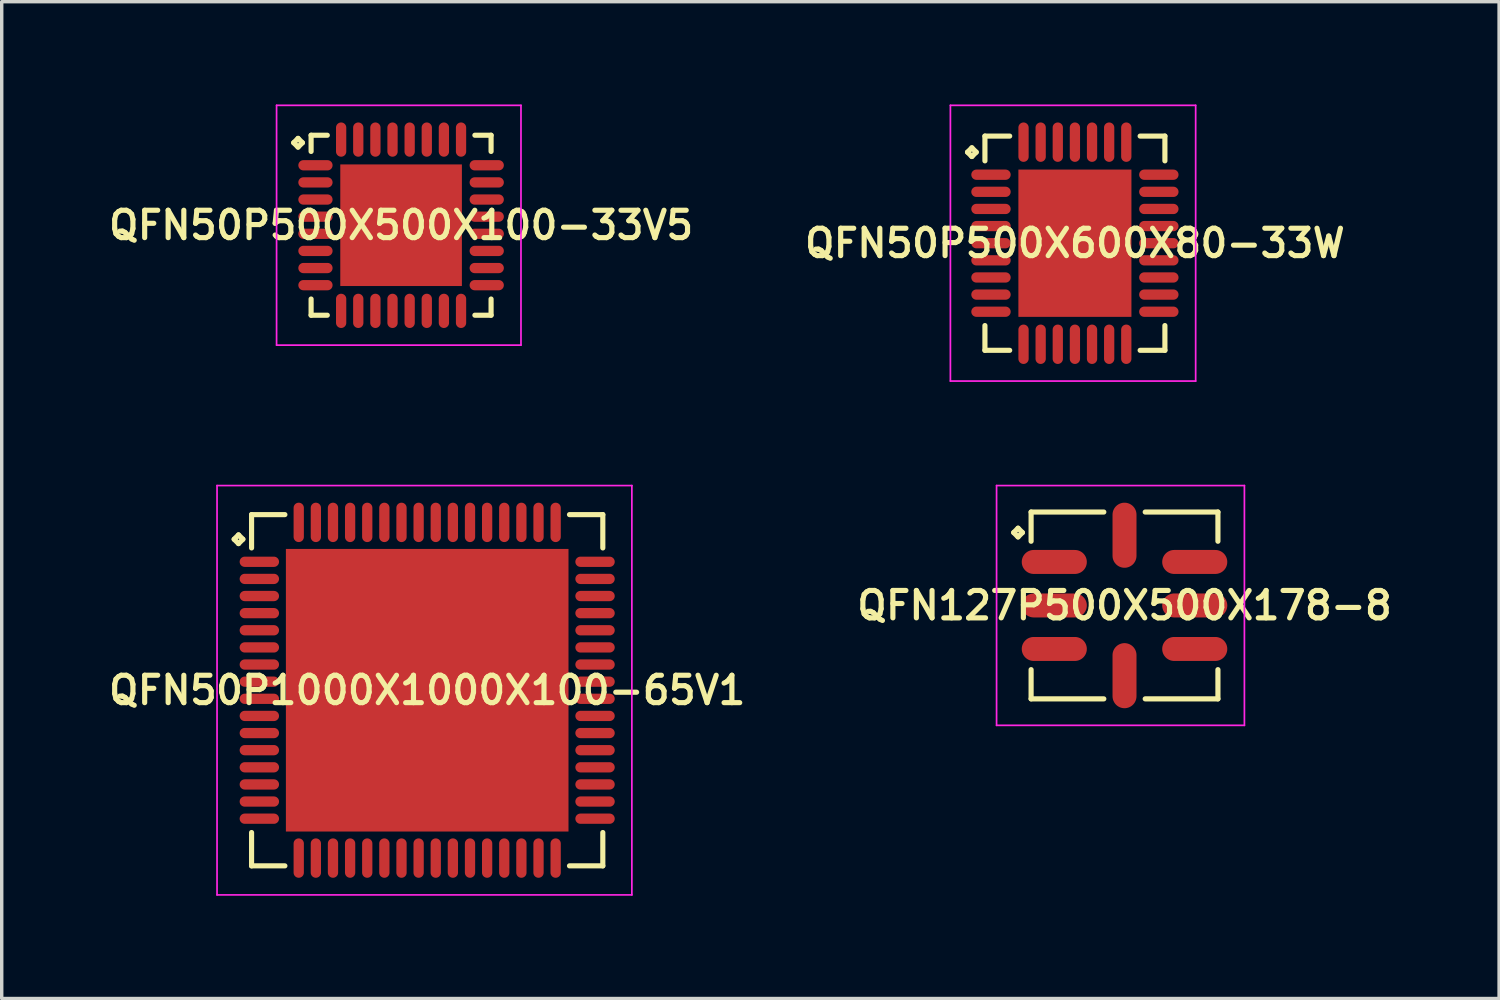
<source format=kicad_pcb>
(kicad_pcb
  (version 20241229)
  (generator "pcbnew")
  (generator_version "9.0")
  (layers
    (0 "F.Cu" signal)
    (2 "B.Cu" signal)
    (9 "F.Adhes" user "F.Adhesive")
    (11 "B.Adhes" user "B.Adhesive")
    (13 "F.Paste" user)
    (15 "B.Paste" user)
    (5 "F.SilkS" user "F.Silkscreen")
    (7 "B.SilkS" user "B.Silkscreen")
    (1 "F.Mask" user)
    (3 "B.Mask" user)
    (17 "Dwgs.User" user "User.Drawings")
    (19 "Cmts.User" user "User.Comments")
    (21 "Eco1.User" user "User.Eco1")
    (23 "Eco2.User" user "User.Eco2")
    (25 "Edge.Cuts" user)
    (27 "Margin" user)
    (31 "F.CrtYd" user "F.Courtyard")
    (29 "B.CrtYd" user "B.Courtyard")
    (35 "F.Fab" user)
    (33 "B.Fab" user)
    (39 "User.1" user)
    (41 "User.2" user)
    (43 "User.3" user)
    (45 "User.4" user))
  (footprint "QFN50P500X600X80-33W"
    (layer "F.Cu")
    (at 28.33 4.05)
    (property "Reference" "QFN50P500X600X80-33W" (at 0 0 0) (layer "F.SilkS") (effects (font (size 0.8 0.8) (thickness 0.15))))
    (attr smd)
    (fp_line (start -3.135 -2.658) (end -3.008 -2.785) (stroke (width 0.15) (type solid)) (layer "F.SilkS"))
    (fp_line (start -3.008 -2.785) (end -2.881 -2.658) (stroke (width 0.15) (type solid)) (layer "F.SilkS"))
    (fp_line (start -3.008 -2.531) (end -3.135 -2.658) (stroke (width 0.15) (type solid)) (layer "F.SilkS"))
    (fp_line (start -2.881 -2.658) (end -3.008 -2.531) (stroke (width 0.15) (type solid)) (layer "F.SilkS"))
    (fp_line (start -2.627 -3.127) (end -1.904 -3.127) (stroke (width 0.15) (type solid)) (layer "F.SilkS"))
    (fp_line (start -2.627 -2.404) (end -2.627 -3.127) (stroke (width 0.15) (type solid)) (layer "F.SilkS"))
    (fp_line (start -2.627 2.404) (end -2.627 3.127) (stroke (width 0.15) (type solid)) (layer "F.SilkS"))
    (fp_line (start -2.627 3.127) (end -1.904 3.127) (stroke (width 0.15) (type solid)) (layer "F.SilkS"))
    (fp_line (start 1.904 -3.127) (end 2.627 -3.127) (stroke (width 0.15) (type solid)) (layer "F.SilkS"))
    (fp_line (start 1.904 3.127) (end 2.627 3.127) (stroke (width 0.15) (type solid)) (layer "F.SilkS"))
    (fp_line (start 2.627 -3.127) (end 2.627 -2.404) (stroke (width 0.15) (type solid)) (layer "F.SilkS"))
    (fp_line (start 2.627 3.127) (end 2.627 2.404) (stroke (width 0.15) (type solid)) (layer "F.SilkS"))
    (fp_line (start -3.635 -4.025) (end 3.525 -4.025) (stroke (width 0.05) (type solid)) (layer "F.CrtYd"))
    (fp_line (start -3.635 4.025) (end -3.635 -4.025) (stroke (width 0.05) (type solid)) (layer "F.CrtYd"))
    (fp_line (start 3.525 -4.025) (end 3.525 4.025) (stroke (width 0.05) (type solid)) (layer "F.CrtYd"))
    (fp_line (start 3.525 4.025) (end -3.635 4.025) (stroke (width 0.05) (type solid)) (layer "F.CrtYd"))
    (pad "1" smd oval (at -2.45 -2) (size 1.15 0.3) (layers "F.Cu" "F.Mask" "F.Paste"))
    (pad "2" smd oval (at -2.45 -1.5) (size 1.15 0.3) (layers "F.Cu" "F.Mask" "F.Paste"))
    (pad "3" smd oval (at -2.45 -1) (size 1.15 0.3) (layers "F.Cu" "F.Mask" "F.Paste"))
    (pad "4" smd oval (at -2.45 -0.5) (size 1.15 0.3) (layers "F.Cu" "F.Mask" "F.Paste"))
    (pad "5" smd oval (at -2.45 0) (size 1.15 0.3) (layers "F.Cu" "F.Mask" "F.Paste"))
    (pad "6" smd oval (at -2.45 0.5) (size 1.15 0.3) (layers "F.Cu" "F.Mask" "F.Paste"))
    (pad "7" smd oval (at -2.45 1) (size 1.15 0.3) (layers "F.Cu" "F.Mask" "F.Paste"))
    (pad "8" smd oval (at -2.45 1.5) (size 1.15 0.3) (layers "F.Cu" "F.Mask" "F.Paste"))
    (pad "9" smd oval (at -2.45 2) (size 1.15 0.3) (layers "F.Cu" "F.Mask" "F.Paste"))
    (pad "10" smd oval (at -1.5 2.95) (size 0.3 1.15) (layers "F.Cu" "F.Mask" "F.Paste"))
    (pad "11" smd oval (at -1 2.95) (size 0.3 1.15) (layers "F.Cu" "F.Mask" "F.Paste"))
    (pad "12" smd oval (at -0.5 2.95) (size 0.3 1.15) (layers "F.Cu" "F.Mask" "F.Paste"))
    (pad "13" smd oval (at 0 2.95) (size 0.3 1.15) (layers "F.Cu" "F.Mask" "F.Paste"))
    (pad "14" smd oval (at 0.5 2.95) (size 0.3 1.15) (layers "F.Cu" "F.Mask" "F.Paste"))
    (pad "15" smd oval (at 1 2.95) (size 0.3 1.15) (layers "F.Cu" "F.Mask" "F.Paste"))
    (pad "16" smd oval (at 1.5 2.95) (size 0.3 1.15) (layers "F.Cu" "F.Mask" "F.Paste"))
    (pad "17" smd oval (at 2.45 2) (size 1.15 0.3) (layers "F.Cu" "F.Mask" "F.Paste"))
    (pad "18" smd oval (at 2.45 1.5) (size 1.15 0.3) (layers "F.Cu" "F.Mask" "F.Paste"))
    (pad "19" smd oval (at 2.45 1) (size 1.15 0.3) (layers "F.Cu" "F.Mask" "F.Paste"))
    (pad "20" smd oval (at 2.45 0.5) (size 1.15 0.3) (layers "F.Cu" "F.Mask" "F.Paste"))
    (pad "21" smd oval (at 2.45 0) (size 1.15 0.3) (layers "F.Cu" "F.Mask" "F.Paste"))
    (pad "22" smd oval (at 2.45 -0.5) (size 1.15 0.3) (layers "F.Cu" "F.Mask" "F.Paste"))
    (pad "23" smd oval (at 2.45 -1) (size 1.15 0.3) (layers "F.Cu" "F.Mask" "F.Paste"))
    (pad "24" smd oval (at 2.45 -1.5) (size 1.15 0.3) (layers "F.Cu" "F.Mask" "F.Paste"))
    (pad "25" smd oval (at 2.45 -2) (size 1.15 0.3) (layers "F.Cu" "F.Mask" "F.Paste"))
    (pad "26" smd oval (at 1.5 -2.95) (size 0.3 1.15) (layers "F.Cu" "F.Mask" "F.Paste"))
    (pad "27" smd oval (at 1 -2.95) (size 0.3 1.15) (layers "F.Cu" "F.Mask" "F.Paste"))
    (pad "28" smd oval (at 0.5 -2.95) (size 0.3 1.15) (layers "F.Cu" "F.Mask" "F.Paste"))
    (pad "29" smd oval (at 0 -2.95) (size 0.3 1.15) (layers "F.Cu" "F.Mask" "F.Paste"))
    (pad "30" smd oval (at -0.5 -2.95) (size 0.3 1.15) (layers "F.Cu" "F.Mask" "F.Paste"))
    (pad "31" smd oval (at -1 -2.95) (size 0.3 1.15) (layers "F.Cu" "F.Mask" "F.Paste"))
    (pad "32" smd oval (at -1.5 -2.95) (size 0.3 1.15) (layers "F.Cu" "F.Mask" "F.Paste"))
    (pad "33" smd rect (at 0 0) (size 3.3 4.3) (layers "F.Cu" "F.Mask" "F.Paste")))
  (footprint "QFN50P500X500X100-33V5"
    (layer "F.Cu")
    (at 8.659 3.525)
    (property "Reference" "QFN50P500X500X100-33V5" (at 0 0 0) (layer "F.SilkS") (effects (font (size 0.8 0.8) (thickness 0.15))))
    (attr smd)
    (fp_line (start -3.135 -2.408) (end -3.008 -2.535) (stroke (width 0.15) (type solid)) (layer "F.SilkS"))
    (fp_line (start -3.008 -2.535) (end -2.881 -2.408) (stroke (width 0.15) (type solid)) (layer "F.SilkS"))
    (fp_line (start -3.008 -2.281) (end -3.135 -2.408) (stroke (width 0.15) (type solid)) (layer "F.SilkS"))
    (fp_line (start -2.881 -2.408) (end -3.008 -2.281) (stroke (width 0.15) (type solid)) (layer "F.SilkS"))
    (fp_line (start -2.627 -2.627) (end -2.154 -2.627) (stroke (width 0.15) (type solid)) (layer "F.SilkS"))
    (fp_line (start -2.627 -2.154) (end -2.627 -2.627) (stroke (width 0.15) (type solid)) (layer "F.SilkS"))
    (fp_line (start -2.627 2.154) (end -2.627 2.627) (stroke (width 0.15) (type solid)) (layer "F.SilkS"))
    (fp_line (start -2.627 2.627) (end -2.154 2.627) (stroke (width 0.15) (type solid)) (layer "F.SilkS"))
    (fp_line (start 2.154 -2.627) (end 2.627 -2.627) (stroke (width 0.15) (type solid)) (layer "F.SilkS"))
    (fp_line (start 2.154 2.627) (end 2.627 2.627) (stroke (width 0.15) (type solid)) (layer "F.SilkS"))
    (fp_line (start 2.627 -2.627) (end 2.627 -2.154) (stroke (width 0.15) (type solid)) (layer "F.SilkS"))
    (fp_line (start 2.627 2.627) (end 2.627 2.154) (stroke (width 0.15) (type solid)) (layer "F.SilkS"))
    (fp_line (start -3.635 -3.5) (end 3.5 -3.5) (stroke (width 0.05) (type solid)) (layer "F.CrtYd"))
    (fp_line (start -3.635 3.5) (end -3.635 -3.5) (stroke (width 0.05) (type solid)) (layer "F.CrtYd"))
    (fp_line (start 3.5 -3.5) (end 3.5 3.5) (stroke (width 0.05) (type solid)) (layer "F.CrtYd"))
    (fp_line (start 3.5 3.5) (end -3.635 3.5) (stroke (width 0.05) (type solid)) (layer "F.CrtYd"))
    (pad "1" smd oval (at -2.5 -1.75) (size 1 0.3) (layers "F.Cu" "F.Mask" "F.Paste"))
    (pad "2" smd oval (at -2.5 -1.25) (size 1 0.3) (layers "F.Cu" "F.Mask" "F.Paste"))
    (pad "3" smd oval (at -2.5 -0.75) (size 1 0.3) (layers "F.Cu" "F.Mask" "F.Paste"))
    (pad "4" smd oval (at -2.5 -0.25) (size 1 0.3) (layers "F.Cu" "F.Mask" "F.Paste"))
    (pad "5" smd oval (at -2.5 0.25) (size 1 0.3) (layers "F.Cu" "F.Mask" "F.Paste"))
    (pad "6" smd oval (at -2.5 0.75) (size 1 0.3) (layers "F.Cu" "F.Mask" "F.Paste"))
    (pad "7" smd oval (at -2.5 1.25) (size 1 0.3) (layers "F.Cu" "F.Mask" "F.Paste"))
    (pad "8" smd oval (at -2.5 1.75) (size 1 0.3) (layers "F.Cu" "F.Mask" "F.Paste"))
    (pad "9" smd oval (at -1.75 2.5) (size 0.3 1) (layers "F.Cu" "F.Mask" "F.Paste"))
    (pad "10" smd oval (at -1.25 2.5) (size 0.3 1) (layers "F.Cu" "F.Mask" "F.Paste"))
    (pad "11" smd oval (at -0.75 2.5) (size 0.3 1) (layers "F.Cu" "F.Mask" "F.Paste"))
    (pad "12" smd oval (at -0.25 2.5) (size 0.3 1) (layers "F.Cu" "F.Mask" "F.Paste"))
    (pad "13" smd oval (at 0.25 2.5) (size 0.3 1) (layers "F.Cu" "F.Mask" "F.Paste"))
    (pad "14" smd oval (at 0.75 2.5) (size 0.3 1) (layers "F.Cu" "F.Mask" "F.Paste"))
    (pad "15" smd oval (at 1.25 2.5) (size 0.3 1) (layers "F.Cu" "F.Mask" "F.Paste"))
    (pad "16" smd oval (at 1.75 2.5) (size 0.3 1) (layers "F.Cu" "F.Mask" "F.Paste"))
    (pad "17" smd oval (at 2.5 1.75) (size 1 0.3) (layers "F.Cu" "F.Mask" "F.Paste"))
    (pad "18" smd oval (at 2.5 1.25) (size 1 0.3) (layers "F.Cu" "F.Mask" "F.Paste"))
    (pad "19" smd oval (at 2.5 0.75) (size 1 0.3) (layers "F.Cu" "F.Mask" "F.Paste"))
    (pad "20" smd oval (at 2.5 0.25) (size 1 0.3) (layers "F.Cu" "F.Mask" "F.Paste"))
    (pad "21" smd oval (at 2.5 -0.25) (size 1 0.3) (layers "F.Cu" "F.Mask" "F.Paste"))
    (pad "22" smd oval (at 2.5 -0.75) (size 1 0.3) (layers "F.Cu" "F.Mask" "F.Paste"))
    (pad "23" smd oval (at 2.5 -1.25) (size 1 0.3) (layers "F.Cu" "F.Mask" "F.Paste"))
    (pad "24" smd oval (at 2.5 -1.75) (size 1 0.3) (layers "F.Cu" "F.Mask" "F.Paste"))
    (pad "25" smd oval (at 1.75 -2.5) (size 0.3 1) (layers "F.Cu" "F.Mask" "F.Paste"))
    (pad "26" smd oval (at 1.25 -2.5) (size 0.3 1) (layers "F.Cu" "F.Mask" "F.Paste"))
    (pad "27" smd oval (at 0.75 -2.5) (size 0.3 1) (layers "F.Cu" "F.Mask" "F.Paste"))
    (pad "28" smd oval (at 0.25 -2.5) (size 0.3 1) (layers "F.Cu" "F.Mask" "F.Paste"))
    (pad "29" smd oval (at -0.25 -2.5) (size 0.3 1) (layers "F.Cu" "F.Mask" "F.Paste"))
    (pad "30" smd oval (at -0.75 -2.5) (size 0.3 1) (layers "F.Cu" "F.Mask" "F.Paste"))
    (pad "31" smd oval (at -1.25 -2.5) (size 0.3 1) (layers "F.Cu" "F.Mask" "F.Paste"))
    (pad "32" smd oval (at -1.75 -2.5) (size 0.3 1) (layers "F.Cu" "F.Mask" "F.Paste"))
    (pad "33" smd rect (at 0 0) (size 3.55 3.55) (layers "F.Cu" "F.Mask" "F.Paste")))
  (footprint "QFN50P1000X1000X100-65V1"
    (layer "F.Cu")
    (at 9.421 17.1)
    (property "Reference" "QFN50P1000X1000X100-65V1" (at 0 0 0) (layer "F.SilkS") (effects (font (size 0.8 0.8) (thickness 0.15))))
    (attr smd)
    (fp_line (start -5.635 -4.408) (end -5.508 -4.535) (stroke (width 0.15) (type solid)) (layer "F.SilkS"))
    (fp_line (start -5.508 -4.535) (end -5.381 -4.408) (stroke (width 0.15) (type solid)) (layer "F.SilkS"))
    (fp_line (start -5.508 -4.281) (end -5.635 -4.408) (stroke (width 0.15) (type solid)) (layer "F.SilkS"))
    (fp_line (start -5.381 -4.408) (end -5.508 -4.281) (stroke (width 0.15) (type solid)) (layer "F.SilkS"))
    (fp_line (start -5.127 -5.127) (end -4.154 -5.127) (stroke (width 0.15) (type solid)) (layer "F.SilkS"))
    (fp_line (start -5.127 -4.154) (end -5.127 -5.127) (stroke (width 0.15) (type solid)) (layer "F.SilkS"))
    (fp_line (start -5.127 4.154) (end -5.127 5.127) (stroke (width 0.15) (type solid)) (layer "F.SilkS"))
    (fp_line (start -5.127 5.127) (end -4.154 5.127) (stroke (width 0.15) (type solid)) (layer "F.SilkS"))
    (fp_line (start 4.154 -5.127) (end 5.127 -5.127) (stroke (width 0.15) (type solid)) (layer "F.SilkS"))
    (fp_line (start 4.154 5.127) (end 5.127 5.127) (stroke (width 0.15) (type solid)) (layer "F.SilkS"))
    (fp_line (start 5.127 -5.127) (end 5.127 -4.154) (stroke (width 0.15) (type solid)) (layer "F.SilkS"))
    (fp_line (start 5.127 5.127) (end 5.127 4.154) (stroke (width 0.15) (type solid)) (layer "F.SilkS"))
    (fp_line (start -6.135 -5.975) (end 5.975 -5.975) (stroke (width 0.05) (type solid)) (layer "F.CrtYd"))
    (fp_line (start -6.135 5.975) (end -6.135 -5.975) (stroke (width 0.05) (type solid)) (layer "F.CrtYd"))
    (fp_line (start 5.975 -5.975) (end 5.975 5.975) (stroke (width 0.05) (type solid)) (layer "F.CrtYd"))
    (fp_line (start 5.975 5.975) (end -6.135 5.975) (stroke (width 0.05) (type solid)) (layer "F.CrtYd"))
    (pad "1" smd oval (at -4.9 -3.75) (size 1.15 0.3) (layers "F.Cu" "F.Mask" "F.Paste"))
    (pad "2" smd oval (at -4.9 -3.25) (size 1.15 0.3) (layers "F.Cu" "F.Mask" "F.Paste"))
    (pad "3" smd oval (at -4.9 -2.75) (size 1.15 0.3) (layers "F.Cu" "F.Mask" "F.Paste"))
    (pad "4" smd oval (at -4.9 -2.25) (size 1.15 0.3) (layers "F.Cu" "F.Mask" "F.Paste"))
    (pad "5" smd oval (at -4.9 -1.75) (size 1.15 0.3) (layers "F.Cu" "F.Mask" "F.Paste"))
    (pad "6" smd oval (at -4.9 -1.25) (size 1.15 0.3) (layers "F.Cu" "F.Mask" "F.Paste"))
    (pad "7" smd oval (at -4.9 -0.75) (size 1.15 0.3) (layers "F.Cu" "F.Mask" "F.Paste"))
    (pad "8" smd oval (at -4.9 -0.25) (size 1.15 0.3) (layers "F.Cu" "F.Mask" "F.Paste"))
    (pad "9" smd oval (at -4.9 0.25) (size 1.15 0.3) (layers "F.Cu" "F.Mask" "F.Paste"))
    (pad "10" smd oval (at -4.9 0.75) (size 1.15 0.3) (layers "F.Cu" "F.Mask" "F.Paste"))
    (pad "11" smd oval (at -4.9 1.25) (size 1.15 0.3) (layers "F.Cu" "F.Mask" "F.Paste"))
    (pad "12" smd oval (at -4.9 1.75) (size 1.15 0.3) (layers "F.Cu" "F.Mask" "F.Paste"))
    (pad "13" smd oval (at -4.9 2.25) (size 1.15 0.3) (layers "F.Cu" "F.Mask" "F.Paste"))
    (pad "14" smd oval (at -4.9 2.75) (size 1.15 0.3) (layers "F.Cu" "F.Mask" "F.Paste"))
    (pad "15" smd oval (at -4.9 3.25) (size 1.15 0.3) (layers "F.Cu" "F.Mask" "F.Paste"))
    (pad "16" smd oval (at -4.9 3.75) (size 1.15 0.3) (layers "F.Cu" "F.Mask" "F.Paste"))
    (pad "17" smd oval (at -3.75 4.9) (size 0.3 1.15) (layers "F.Cu" "F.Mask" "F.Paste"))
    (pad "18" smd oval (at -3.25 4.9) (size 0.3 1.15) (layers "F.Cu" "F.Mask" "F.Paste"))
    (pad "19" smd oval (at -2.75 4.9) (size 0.3 1.15) (layers "F.Cu" "F.Mask" "F.Paste"))
    (pad "20" smd oval (at -2.25 4.9) (size 0.3 1.15) (layers "F.Cu" "F.Mask" "F.Paste"))
    (pad "21" smd oval (at -1.75 4.9) (size 0.3 1.15) (layers "F.Cu" "F.Mask" "F.Paste"))
    (pad "22" smd oval (at -1.25 4.9) (size 0.3 1.15) (layers "F.Cu" "F.Mask" "F.Paste"))
    (pad "23" smd oval (at -0.75 4.9) (size 0.3 1.15) (layers "F.Cu" "F.Mask" "F.Paste"))
    (pad "24" smd oval (at -0.25 4.9) (size 0.3 1.15) (layers "F.Cu" "F.Mask" "F.Paste"))
    (pad "25" smd oval (at 0.25 4.9) (size 0.3 1.15) (layers "F.Cu" "F.Mask" "F.Paste"))
    (pad "26" smd oval (at 0.75 4.9) (size 0.3 1.15) (layers "F.Cu" "F.Mask" "F.Paste"))
    (pad "27" smd oval (at 1.25 4.9) (size 0.3 1.15) (layers "F.Cu" "F.Mask" "F.Paste"))
    (pad "28" smd oval (at 1.75 4.9) (size 0.3 1.15) (layers "F.Cu" "F.Mask" "F.Paste"))
    (pad "29" smd oval (at 2.25 4.9) (size 0.3 1.15) (layers "F.Cu" "F.Mask" "F.Paste"))
    (pad "30" smd oval (at 2.75 4.9) (size 0.3 1.15) (layers "F.Cu" "F.Mask" "F.Paste"))
    (pad "31" smd oval (at 3.25 4.9) (size 0.3 1.15) (layers "F.Cu" "F.Mask" "F.Paste"))
    (pad "32" smd oval (at 3.75 4.9) (size 0.3 1.15) (layers "F.Cu" "F.Mask" "F.Paste"))
    (pad "33" smd oval (at 4.9 3.75) (size 1.15 0.3) (layers "F.Cu" "F.Mask" "F.Paste"))
    (pad "34" smd oval (at 4.9 3.25) (size 1.15 0.3) (layers "F.Cu" "F.Mask" "F.Paste"))
    (pad "35" smd oval (at 4.9 2.75) (size 1.15 0.3) (layers "F.Cu" "F.Mask" "F.Paste"))
    (pad "36" smd oval (at 4.9 2.25) (size 1.15 0.3) (layers "F.Cu" "F.Mask" "F.Paste"))
    (pad "37" smd oval (at 4.9 1.75) (size 1.15 0.3) (layers "F.Cu" "F.Mask" "F.Paste"))
    (pad "38" smd oval (at 4.9 1.25) (size 1.15 0.3) (layers "F.Cu" "F.Mask" "F.Paste"))
    (pad "39" smd oval (at 4.9 0.75) (size 1.15 0.3) (layers "F.Cu" "F.Mask" "F.Paste"))
    (pad "40" smd oval (at 4.9 0.25) (size 1.15 0.3) (layers "F.Cu" "F.Mask" "F.Paste"))
    (pad "41" smd oval (at 4.9 -0.25) (size 1.15 0.3) (layers "F.Cu" "F.Mask" "F.Paste"))
    (pad "42" smd oval (at 4.9 -0.75) (size 1.15 0.3) (layers "F.Cu" "F.Mask" "F.Paste"))
    (pad "43" smd oval (at 4.9 -1.25) (size 1.15 0.3) (layers "F.Cu" "F.Mask" "F.Paste"))
    (pad "44" smd oval (at 4.9 -1.75) (size 1.15 0.3) (layers "F.Cu" "F.Mask" "F.Paste"))
    (pad "45" smd oval (at 4.9 -2.25) (size 1.15 0.3) (layers "F.Cu" "F.Mask" "F.Paste"))
    (pad "46" smd oval (at 4.9 -2.75) (size 1.15 0.3) (layers "F.Cu" "F.Mask" "F.Paste"))
    (pad "47" smd oval (at 4.9 -3.25) (size 1.15 0.3) (layers "F.Cu" "F.Mask" "F.Paste"))
    (pad "48" smd oval (at 4.9 -3.75) (size 1.15 0.3) (layers "F.Cu" "F.Mask" "F.Paste"))
    (pad "49" smd oval (at 3.75 -4.9) (size 0.3 1.15) (layers "F.Cu" "F.Mask" "F.Paste"))
    (pad "50" smd oval (at 3.25 -4.9) (size 0.3 1.15) (layers "F.Cu" "F.Mask" "F.Paste"))
    (pad "51" smd oval (at 2.75 -4.9) (size 0.3 1.15) (layers "F.Cu" "F.Mask" "F.Paste"))
    (pad "52" smd oval (at 2.25 -4.9) (size 0.3 1.15) (layers "F.Cu" "F.Mask" "F.Paste"))
    (pad "53" smd oval (at 1.75 -4.9) (size 0.3 1.15) (layers "F.Cu" "F.Mask" "F.Paste"))
    (pad "54" smd oval (at 1.25 -4.9) (size 0.3 1.15) (layers "F.Cu" "F.Mask" "F.Paste"))
    (pad "55" smd oval (at 0.75 -4.9) (size 0.3 1.15) (layers "F.Cu" "F.Mask" "F.Paste"))
    (pad "56" smd oval (at 0.25 -4.9) (size 0.3 1.15) (layers "F.Cu" "F.Mask" "F.Paste"))
    (pad "57" smd oval (at -0.25 -4.9) (size 0.3 1.15) (layers "F.Cu" "F.Mask" "F.Paste"))
    (pad "58" smd oval (at -0.75 -4.9) (size 0.3 1.15) (layers "F.Cu" "F.Mask" "F.Paste"))
    (pad "59" smd oval (at -1.25 -4.9) (size 0.3 1.15) (layers "F.Cu" "F.Mask" "F.Paste"))
    (pad "60" smd oval (at -1.75 -4.9) (size 0.3 1.15) (layers "F.Cu" "F.Mask" "F.Paste"))
    (pad "61" smd oval (at -2.25 -4.9) (size 0.3 1.15) (layers "F.Cu" "F.Mask" "F.Paste"))
    (pad "62" smd oval (at -2.75 -4.9) (size 0.3 1.15) (layers "F.Cu" "F.Mask" "F.Paste"))
    (pad "63" smd oval (at -3.25 -4.9) (size 0.3 1.15) (layers "F.Cu" "F.Mask" "F.Paste"))
    (pad "64" smd oval (at -3.75 -4.9) (size 0.3 1.15) (layers "F.Cu" "F.Mask" "F.Paste"))
    (pad "65" smd rect (at 0 0) (size 8.25 8.25) (layers "F.Cu" "F.Mask" "F.Paste")))
  (footprint "QFN127P500X500X178-8"
    (layer "F.Cu")
    (at 29.778 14.625)
    (property "Reference" "QFN127P500X500X178-8" (at 0 0 0) (layer "F.SilkS") (effects (font (size 0.8 0.8) (thickness 0.15))))
    (attr smd)
    (fp_line (start -3.235 -2.128) (end -3.108 -2.255) (stroke (width 0.15) (type solid)) (layer "F.SilkS"))
    (fp_line (start -3.108 -2.255) (end -2.981 -2.128) (stroke (width 0.15) (type solid)) (layer "F.SilkS"))
    (fp_line (start -3.108 -2.001) (end -3.235 -2.128) (stroke (width 0.15) (type solid)) (layer "F.SilkS"))
    (fp_line (start -2.981 -2.128) (end -3.108 -2.001) (stroke (width 0.15) (type solid)) (layer "F.SilkS"))
    (fp_line (start -2.727 -2.727) (end -0.604 -2.727) (stroke (width 0.15) (type solid)) (layer "F.SilkS"))
    (fp_line (start -2.727 -1.874) (end -2.727 -2.727) (stroke (width 0.15) (type solid)) (layer "F.SilkS"))
    (fp_line (start -2.727 1.874) (end -2.727 2.727) (stroke (width 0.15) (type solid)) (layer "F.SilkS"))
    (fp_line (start -2.727 2.727) (end -0.604 2.727) (stroke (width 0.15) (type solid)) (layer "F.SilkS"))
    (fp_line (start 0.604 -2.727) (end 2.727 -2.727) (stroke (width 0.15) (type solid)) (layer "F.SilkS"))
    (fp_line (start 0.604 2.727) (end 2.727 2.727) (stroke (width 0.15) (type solid)) (layer "F.SilkS"))
    (fp_line (start 2.727 -2.727) (end 2.727 -1.874) (stroke (width 0.15) (type solid)) (layer "F.SilkS"))
    (fp_line (start 2.727 2.727) (end 2.727 1.874) (stroke (width 0.15) (type solid)) (layer "F.SilkS"))
    (fp_line (start -3.735 -3.5) (end 3.5 -3.5) (stroke (width 0.05) (type solid)) (layer "F.CrtYd"))
    (fp_line (start -3.735 3.5) (end -3.735 -3.5) (stroke (width 0.05) (type solid)) (layer "F.CrtYd"))
    (fp_line (start 3.5 -3.5) (end 3.5 3.5) (stroke (width 0.05) (type solid)) (layer "F.CrtYd"))
    (fp_line (start 3.5 3.5) (end -3.735 3.5) (stroke (width 0.05) (type solid)) (layer "F.CrtYd"))
    (pad "1" smd oval (at -2.05 -1.27) (size 1.9 0.7) (layers "F.Cu" "F.Mask" "F.Paste"))
    (pad "2" smd oval (at -2.05 0) (size 1.9 0.7) (layers "F.Cu" "F.Mask" "F.Paste"))
    (pad "3" smd oval (at -2.05 1.27) (size 1.9 0.7) (layers "F.Cu" "F.Mask" "F.Paste"))
    (pad "4" smd oval (at 0 2.05) (size 0.7 1.9) (layers "F.Cu" "F.Mask" "F.Paste"))
    (pad "5" smd oval (at 2.05 1.27) (size 1.9 0.7) (layers "F.Cu" "F.Mask" "F.Paste"))
    (pad "6" smd oval (at 2.05 0) (size 1.9 0.7) (layers "F.Cu" "F.Mask" "F.Paste"))
    (pad "7" smd oval (at 2.05 -1.27) (size 1.9 0.7) (layers "F.Cu" "F.Mask" "F.Paste"))
    (pad "8" smd oval (at 0 -2.05) (size 0.7 1.9) (layers "F.Cu" "F.Mask" "F.Paste")))
  (gr_rect
    (start -3 -3)
    (end 40.713 26.1)
    (stroke (width 0.1) (type default))
    (fill no)
    (layer "Edge.Cuts")))
</source>
